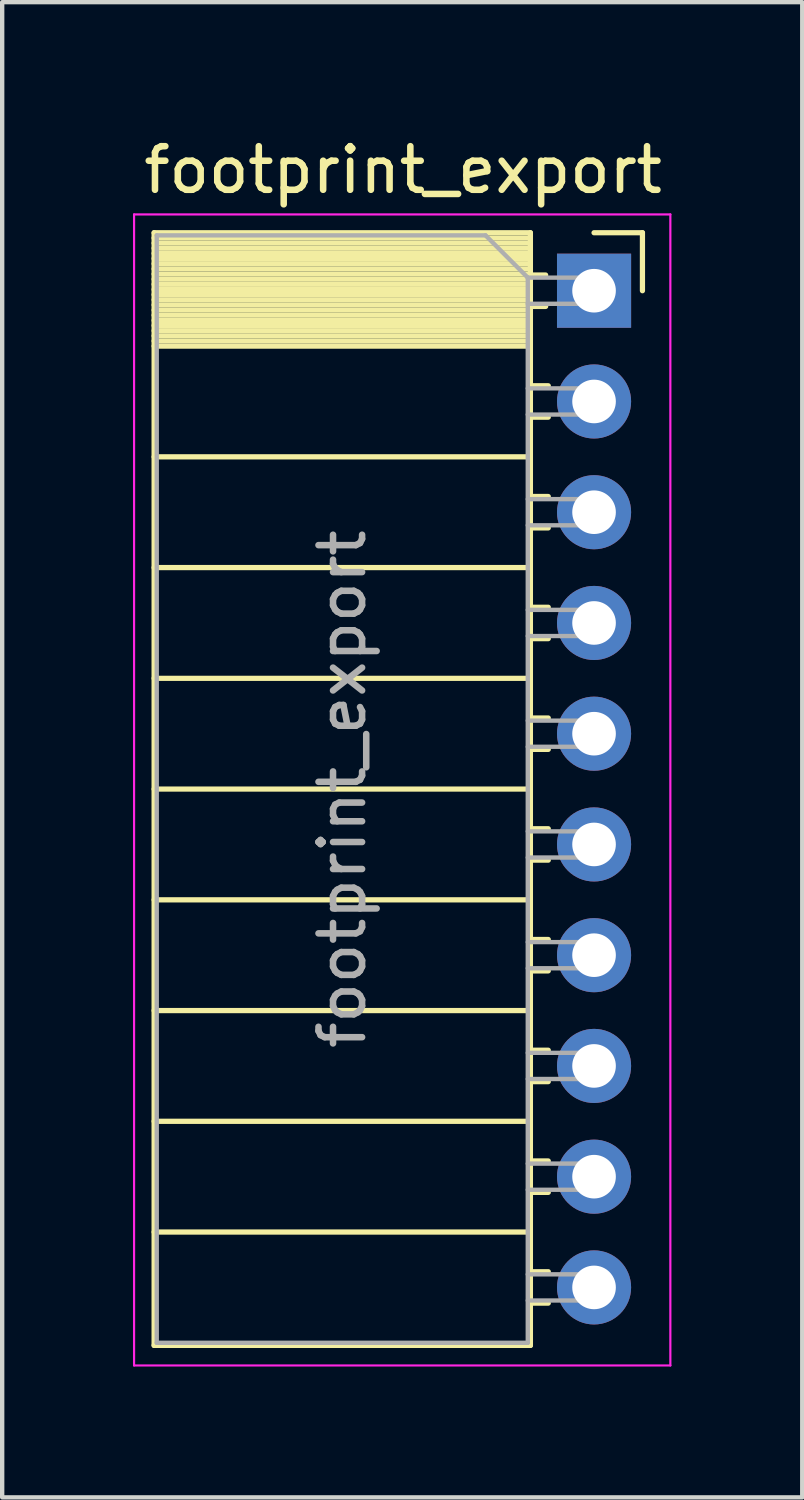
<source format=kicad_pcb>
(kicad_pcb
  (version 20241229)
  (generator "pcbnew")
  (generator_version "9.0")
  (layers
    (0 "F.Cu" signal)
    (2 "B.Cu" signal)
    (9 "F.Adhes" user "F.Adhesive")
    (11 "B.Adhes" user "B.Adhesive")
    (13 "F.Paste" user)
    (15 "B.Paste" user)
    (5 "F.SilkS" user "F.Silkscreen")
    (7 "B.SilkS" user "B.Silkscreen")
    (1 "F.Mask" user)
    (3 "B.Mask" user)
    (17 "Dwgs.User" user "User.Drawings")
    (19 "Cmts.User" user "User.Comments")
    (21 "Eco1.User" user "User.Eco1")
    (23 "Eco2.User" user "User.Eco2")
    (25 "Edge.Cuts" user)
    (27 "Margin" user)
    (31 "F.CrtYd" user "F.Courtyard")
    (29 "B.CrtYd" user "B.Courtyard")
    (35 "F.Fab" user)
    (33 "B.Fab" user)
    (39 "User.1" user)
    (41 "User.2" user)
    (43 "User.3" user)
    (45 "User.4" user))
  (footprint "footprint_export"
    (layer "F.Cu")
    (at 10.575 3.618)
    (property "Reference" "footprint_export" (at -4.38 -2.77 0) (layer "F.SilkS") (effects (font (size 1 1) (thickness 0.15))))
    (attr through_hole)
    (fp_line (start -10.09 -1.33) (end -10.09 24.19) (stroke (width 0.12) (type solid)) (layer "F.SilkS"))
    (fp_line (start -10.09 -1.33) (end -1.46 -1.33) (stroke (width 0.12) (type solid)) (layer "F.SilkS"))
    (fp_line (start -10.09 -1.21) (end -1.46 -1.21) (stroke (width 0.12) (type solid)) (layer "F.SilkS"))
    (fp_line (start -10.09 -1.092) (end -1.46 -1.092) (stroke (width 0.12) (type solid)) (layer "F.SilkS"))
    (fp_line (start -10.09 -0.974) (end -1.46 -0.974) (stroke (width 0.12) (type solid)) (layer "F.SilkS"))
    (fp_line (start -10.09 -0.856) (end -1.46 -0.856) (stroke (width 0.12) (type solid)) (layer "F.SilkS"))
    (fp_line (start -10.09 -0.738) (end -1.46 -0.738) (stroke (width 0.12) (type solid)) (layer "F.SilkS"))
    (fp_line (start -10.09 -0.62) (end -1.46 -0.62) (stroke (width 0.12) (type solid)) (layer "F.SilkS"))
    (fp_line (start -10.09 -0.501) (end -1.46 -0.501) (stroke (width 0.12) (type solid)) (layer "F.SilkS"))
    (fp_line (start -10.09 -0.383) (end -1.46 -0.383) (stroke (width 0.12) (type solid)) (layer "F.SilkS"))
    (fp_line (start -10.09 -0.265) (end -1.46 -0.265) (stroke (width 0.12) (type solid)) (layer "F.SilkS"))
    (fp_line (start -10.09 -0.147) (end -1.46 -0.147) (stroke (width 0.12) (type solid)) (layer "F.SilkS"))
    (fp_line (start -10.09 -0.029) (end -1.46 -0.029) (stroke (width 0.12) (type solid)) (layer "F.SilkS"))
    (fp_line (start -10.09 0.089) (end -1.46 0.089) (stroke (width 0.12) (type solid)) (layer "F.SilkS"))
    (fp_line (start -10.09 0.207) (end -1.46 0.207) (stroke (width 0.12) (type solid)) (layer "F.SilkS"))
    (fp_line (start -10.09 0.325) (end -1.46 0.325) (stroke (width 0.12) (type solid)) (layer "F.SilkS"))
    (fp_line (start -10.09 0.443) (end -1.46 0.443) (stroke (width 0.12) (type solid)) (layer "F.SilkS"))
    (fp_line (start -10.09 0.561) (end -1.46 0.561) (stroke (width 0.12) (type solid)) (layer "F.SilkS"))
    (fp_line (start -10.09 0.68) (end -1.46 0.68) (stroke (width 0.12) (type solid)) (layer "F.SilkS"))
    (fp_line (start -10.09 0.798) (end -1.46 0.798) (stroke (width 0.12) (type solid)) (layer "F.SilkS"))
    (fp_line (start -10.09 0.916) (end -1.46 0.916) (stroke (width 0.12) (type solid)) (layer "F.SilkS"))
    (fp_line (start -10.09 1.034) (end -1.46 1.034) (stroke (width 0.12) (type solid)) (layer "F.SilkS"))
    (fp_line (start -10.09 1.152) (end -1.46 1.152) (stroke (width 0.12) (type solid)) (layer "F.SilkS"))
    (fp_line (start -10.09 1.27) (end -1.46 1.27) (stroke (width 0.12) (type solid)) (layer "F.SilkS"))
    (fp_line (start -10.09 3.81) (end -1.46 3.81) (stroke (width 0.12) (type solid)) (layer "F.SilkS"))
    (fp_line (start -10.09 6.35) (end -1.46 6.35) (stroke (width 0.12) (type solid)) (layer "F.SilkS"))
    (fp_line (start -10.09 8.89) (end -1.46 8.89) (stroke (width 0.12) (type solid)) (layer "F.SilkS"))
    (fp_line (start -10.09 11.43) (end -1.46 11.43) (stroke (width 0.12) (type solid)) (layer "F.SilkS"))
    (fp_line (start -10.09 13.97) (end -1.46 13.97) (stroke (width 0.12) (type solid)) (layer "F.SilkS"))
    (fp_line (start -10.09 16.51) (end -1.46 16.51) (stroke (width 0.12) (type solid)) (layer "F.SilkS"))
    (fp_line (start -10.09 19.05) (end -1.46 19.05) (stroke (width 0.12) (type solid)) (layer "F.SilkS"))
    (fp_line (start -10.09 21.59) (end -1.46 21.59) (stroke (width 0.12) (type solid)) (layer "F.SilkS"))
    (fp_line (start -10.09 24.19) (end -1.46 24.19) (stroke (width 0.12) (type solid)) (layer "F.SilkS"))
    (fp_line (start -1.46 -1.33) (end -1.46 24.19) (stroke (width 0.12) (type solid)) (layer "F.SilkS"))
    (fp_line (start -1.46 -0.36) (end -1.11 -0.36) (stroke (width 0.12) (type solid)) (layer "F.SilkS"))
    (fp_line (start -1.46 0.36) (end -1.11 0.36) (stroke (width 0.12) (type solid)) (layer "F.SilkS"))
    (fp_line (start -1.46 2.18) (end -1.05 2.18) (stroke (width 0.12) (type solid)) (layer "F.SilkS"))
    (fp_line (start -1.46 2.9) (end -1.05 2.9) (stroke (width 0.12) (type solid)) (layer "F.SilkS"))
    (fp_line (start -1.46 4.72) (end -1.05 4.72) (stroke (width 0.12) (type solid)) (layer "F.SilkS"))
    (fp_line (start -1.46 5.44) (end -1.05 5.44) (stroke (width 0.12) (type solid)) (layer "F.SilkS"))
    (fp_line (start -1.46 7.26) (end -1.05 7.26) (stroke (width 0.12) (type solid)) (layer "F.SilkS"))
    (fp_line (start -1.46 7.98) (end -1.05 7.98) (stroke (width 0.12) (type solid)) (layer "F.SilkS"))
    (fp_line (start -1.46 9.8) (end -1.05 9.8) (stroke (width 0.12) (type solid)) (layer "F.SilkS"))
    (fp_line (start -1.46 10.52) (end -1.05 10.52) (stroke (width 0.12) (type solid)) (layer "F.SilkS"))
    (fp_line (start -1.46 12.34) (end -1.05 12.34) (stroke (width 0.12) (type solid)) (layer "F.SilkS"))
    (fp_line (start -1.46 13.06) (end -1.05 13.06) (stroke (width 0.12) (type solid)) (layer "F.SilkS"))
    (fp_line (start -1.46 14.88) (end -1.05 14.88) (stroke (width 0.12) (type solid)) (layer "F.SilkS"))
    (fp_line (start -1.46 15.6) (end -1.05 15.6) (stroke (width 0.12) (type solid)) (layer "F.SilkS"))
    (fp_line (start -1.46 17.42) (end -1.05 17.42) (stroke (width 0.12) (type solid)) (layer "F.SilkS"))
    (fp_line (start -1.46 18.14) (end -1.05 18.14) (stroke (width 0.12) (type solid)) (layer "F.SilkS"))
    (fp_line (start -1.46 19.96) (end -1.05 19.96) (stroke (width 0.12) (type solid)) (layer "F.SilkS"))
    (fp_line (start -1.46 20.68) (end -1.05 20.68) (stroke (width 0.12) (type solid)) (layer "F.SilkS"))
    (fp_line (start -1.46 22.5) (end -1.05 22.5) (stroke (width 0.12) (type solid)) (layer "F.SilkS"))
    (fp_line (start -1.46 23.22) (end -1.05 23.22) (stroke (width 0.12) (type solid)) (layer "F.SilkS"))
    (fp_line (start 0 -1.33) (end 1.11 -1.33) (stroke (width 0.12) (type solid)) (layer "F.SilkS"))
    (fp_line (start 1.11 -1.33) (end 1.11 0) (stroke (width 0.12) (type solid)) (layer "F.SilkS"))
    (fp_line (start -10.55 -1.75) (end -10.55 24.65) (stroke (width 0.05) (type solid)) (layer "F.CrtYd"))
    (fp_line (start -10.55 24.65) (end 1.75 24.65) (stroke (width 0.05) (type solid)) (layer "F.CrtYd"))
    (fp_line (start 1.75 -1.75) (end -10.55 -1.75) (stroke (width 0.05) (type solid)) (layer "F.CrtYd"))
    (fp_line (start 1.75 24.65) (end 1.75 -1.75) (stroke (width 0.05) (type solid)) (layer "F.CrtYd"))
    (fp_line (start -10.03 -1.27) (end -2.49 -1.27) (stroke (width 0.1) (type solid)) (layer "F.Fab"))
    (fp_line (start -10.03 24.13) (end -10.03 -1.27) (stroke (width 0.1) (type solid)) (layer "F.Fab"))
    (fp_line (start -2.49 -1.27) (end -1.52 -0.3) (stroke (width 0.1) (type solid)) (layer "F.Fab"))
    (fp_line (start -1.52 -0.3) (end -1.52 24.13) (stroke (width 0.1) (type solid)) (layer "F.Fab"))
    (fp_line (start -1.52 0.3) (end 0 0.3) (stroke (width 0.1) (type solid)) (layer "F.Fab"))
    (fp_line (start -1.52 2.84) (end 0 2.84) (stroke (width 0.1) (type solid)) (layer "F.Fab"))
    (fp_line (start -1.52 5.38) (end 0 5.38) (stroke (width 0.1) (type solid)) (layer "F.Fab"))
    (fp_line (start -1.52 7.92) (end 0 7.92) (stroke (width 0.1) (type solid)) (layer "F.Fab"))
    (fp_line (start -1.52 10.46) (end 0 10.46) (stroke (width 0.1) (type solid)) (layer "F.Fab"))
    (fp_line (start -1.52 13) (end 0 13) (stroke (width 0.1) (type solid)) (layer "F.Fab"))
    (fp_line (start -1.52 15.54) (end 0 15.54) (stroke (width 0.1) (type solid)) (layer "F.Fab"))
    (fp_line (start -1.52 18.08) (end 0 18.08) (stroke (width 0.1) (type solid)) (layer "F.Fab"))
    (fp_line (start -1.52 20.62) (end 0 20.62) (stroke (width 0.1) (type solid)) (layer "F.Fab"))
    (fp_line (start -1.52 23.16) (end 0 23.16) (stroke (width 0.1) (type solid)) (layer "F.Fab"))
    (fp_line (start -1.52 24.13) (end -10.03 24.13) (stroke (width 0.1) (type solid)) (layer "F.Fab"))
    (fp_line (start 0 -0.3) (end -1.52 -0.3) (stroke (width 0.1) (type solid)) (layer "F.Fab"))
    (fp_line (start 0 0.3) (end 0 -0.3) (stroke (width 0.1) (type solid)) (layer "F.Fab"))
    (fp_line (start 0 2.24) (end -1.52 2.24) (stroke (width 0.1) (type solid)) (layer "F.Fab"))
    (fp_line (start 0 2.84) (end 0 2.24) (stroke (width 0.1) (type solid)) (layer "F.Fab"))
    (fp_line (start 0 4.78) (end -1.52 4.78) (stroke (width 0.1) (type solid)) (layer "F.Fab"))
    (fp_line (start 0 5.38) (end 0 4.78) (stroke (width 0.1) (type solid)) (layer "F.Fab"))
    (fp_line (start 0 7.32) (end -1.52 7.32) (stroke (width 0.1) (type solid)) (layer "F.Fab"))
    (fp_line (start 0 7.92) (end 0 7.32) (stroke (width 0.1) (type solid)) (layer "F.Fab"))
    (fp_line (start 0 9.86) (end -1.52 9.86) (stroke (width 0.1) (type solid)) (layer "F.Fab"))
    (fp_line (start 0 10.46) (end 0 9.86) (stroke (width 0.1) (type solid)) (layer "F.Fab"))
    (fp_line (start 0 12.4) (end -1.52 12.4) (stroke (width 0.1) (type solid)) (layer "F.Fab"))
    (fp_line (start 0 13) (end 0 12.4) (stroke (width 0.1) (type solid)) (layer "F.Fab"))
    (fp_line (start 0 14.94) (end -1.52 14.94) (stroke (width 0.1) (type solid)) (layer "F.Fab"))
    (fp_line (start 0 15.54) (end 0 14.94) (stroke (width 0.1) (type solid)) (layer "F.Fab"))
    (fp_line (start 0 17.48) (end -1.52 17.48) (stroke (width 0.1) (type solid)) (layer "F.Fab"))
    (fp_line (start 0 18.08) (end 0 17.48) (stroke (width 0.1) (type solid)) (layer "F.Fab"))
    (fp_line (start 0 20.02) (end -1.52 20.02) (stroke (width 0.1) (type solid)) (layer "F.Fab"))
    (fp_line (start 0 20.62) (end 0 20.02) (stroke (width 0.1) (type solid)) (layer "F.Fab"))
    (fp_line (start 0 22.56) (end -1.52 22.56) (stroke (width 0.1) (type solid)) (layer "F.Fab"))
    (fp_line (start 0 23.16) (end 0 22.56) (stroke (width 0.1) (type solid)) (layer "F.Fab"))
    (fp_text user "${REFERENCE}" (at -5.775 11.43 90) (layer "F.Fab") (effects (font (size 1 1) (thickness 0.15))))
    (pad "1" thru_hole rect (at 0 0) (size 1.7 1.7) (drill 1) (layers "*.Cu" "*.Mask"))
    (pad "2" thru_hole oval (at 0 2.54) (size 1.7 1.7) (drill 1) (layers "*.Cu" "*.Mask"))
    (pad "3" thru_hole oval (at 0 5.08) (size 1.7 1.7) (drill 1) (layers "*.Cu" "*.Mask"))
    (pad "4" thru_hole oval (at 0 7.62) (size 1.7 1.7) (drill 1) (layers "*.Cu" "*.Mask"))
    (pad "5" thru_hole oval (at 0 10.16) (size 1.7 1.7) (drill 1) (layers "*.Cu" "*.Mask"))
    (pad "6" thru_hole oval (at 0 12.7) (size 1.7 1.7) (drill 1) (layers "*.Cu" "*.Mask"))
    (pad "7" thru_hole oval (at 0 15.24) (size 1.7 1.7) (drill 1) (layers "*.Cu" "*.Mask"))
    (pad "8" thru_hole oval (at 0 17.78) (size 1.7 1.7) (drill 1) (layers "*.Cu" "*.Mask"))
    (pad "9" thru_hole oval (at 0 20.32) (size 1.7 1.7) (drill 1) (layers "*.Cu" "*.Mask"))
    (pad "10" thru_hole oval (at 0 22.86) (size 1.7 1.7) (drill 1) (layers "*.Cu" "*.Mask")))
  (gr_rect
    (start -3 -3)
    (end 15.35 31.293)
    (stroke (width 0.1) (type default))
    (fill no)
    (layer "Edge.Cuts")))
</source>
